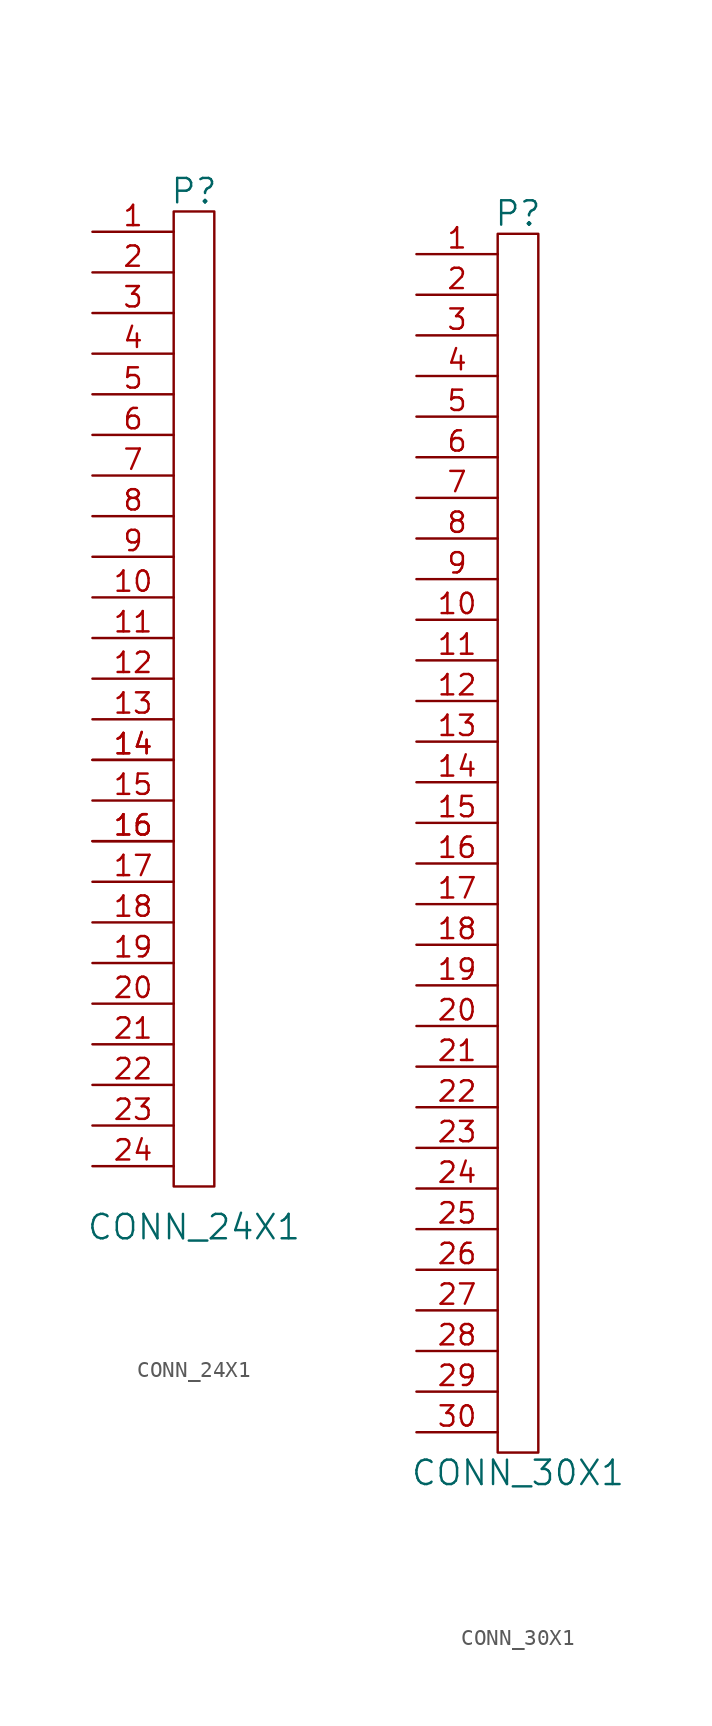
<source format=kicad_sym>
(kicad_symbol_lib
  (version 20201005)
  (generator kicad_symbol_editor)
  (symbol "CONN_24X1"
    (pin_names
      (offset 1.016))
    (property "Reference" "P"
      (at 0 31.75 0)
      (effects (font (size 1.524 1.524))))
    (property "Value" "CONN_24X1"
      (at 0 -33.02 0)
      (effects (font (size 1.524 1.524))))
    (symbol "CONN_24X1_0_1"
      (rectangle (start -1.27 -30.48) (end 1.27 30.48) (stroke (width 0)) (fill (type none))))
    (symbol "CONN_24X1_1_1"
      (pin unspecified line (at -6.35 29.21 0) (length 5.08) (name "~" (effects (font (size 1.27 1.27)))) (number "1" (effects (font (size 1.27 1.27)))))
      (pin unspecified line (at -6.35 6.35 0) (length 5.08) (name "~" (effects (font (size 1.27 1.27)))) (number "10" (effects (font (size 1.27 1.27)))))
      (pin unspecified line (at -6.35 3.81 0) (length 5.08) (name "~" (effects (font (size 1.27 1.27)))) (number "11" (effects (font (size 1.27 1.27)))))
      (pin unspecified line (at -6.35 1.27 0) (length 5.08) (name "~" (effects (font (size 1.27 1.27)))) (number "12" (effects (font (size 1.27 1.27)))))
      (pin unspecified line (at -6.35 -1.27 0) (length 5.08) (name "~" (effects (font (size 1.27 1.27)))) (number "13" (effects (font (size 1.27 1.27)))))
      (pin unspecified line (at -6.35 -3.81 0) (length 5.08) (name "~" (effects (font (size 1.27 1.27)))) (number "14" (effects (font (size 1.27 1.27)))))
      (pin unspecified line (at -6.35 -3.81 0) (length 5.08) (name "~" (effects (font (size 1.27 1.27)))) (number "14" (effects (font (size 1.27 1.27)))))
      (pin unspecified line (at -6.35 -6.35 0) (length 5.08) (name "~" (effects (font (size 1.27 1.27)))) (number "15" (effects (font (size 1.27 1.27)))))
      (pin unspecified line (at -6.35 -8.89 0) (length 5.08) (name "~" (effects (font (size 1.27 1.27)))) (number "16" (effects (font (size 1.27 1.27)))))
      (pin unspecified line (at -6.35 -8.89 0) (length 5.08) (name "~" (effects (font (size 1.27 1.27)))) (number "16" (effects (font (size 1.27 1.27)))))
      (pin unspecified line (at -6.35 -11.43 0) (length 5.08) (name "~" (effects (font (size 1.27 1.27)))) (number "17" (effects (font (size 1.27 1.27)))))
      (pin unspecified line (at -6.35 -13.97 0) (length 5.08) (name "~" (effects (font (size 1.27 1.27)))) (number "18" (effects (font (size 1.27 1.27)))))
      (pin unspecified line (at -6.35 -16.51 0) (length 5.08) (name "~" (effects (font (size 1.27 1.27)))) (number "19" (effects (font (size 1.27 1.27)))))
      (pin unspecified line (at -6.35 26.67 0) (length 5.08) (name "~" (effects (font (size 1.27 1.27)))) (number "2" (effects (font (size 1.27 1.27)))))
      (pin unspecified line (at -6.35 -19.05 0) (length 5.08) (name "~" (effects (font (size 1.27 1.27)))) (number "20" (effects (font (size 1.27 1.27)))))
      (pin unspecified line (at -6.35 -21.59 0) (length 5.08) (name "~" (effects (font (size 1.27 1.27)))) (number "21" (effects (font (size 1.27 1.27)))))
      (pin unspecified line (at -6.35 -24.13 0) (length 5.08) (name "~" (effects (font (size 1.27 1.27)))) (number "22" (effects (font (size 1.27 1.27)))))
      (pin unspecified line (at -6.35 -26.67 0) (length 5.08) (name "~" (effects (font (size 1.27 1.27)))) (number "23" (effects (font (size 1.27 1.27)))))
      (pin unspecified line (at -6.35 -29.21 0) (length 5.08) (name "~" (effects (font (size 1.27 1.27)))) (number "24" (effects (font (size 1.27 1.27)))))
      (pin unspecified line (at -6.35 24.13 0) (length 5.08) (name "~" (effects (font (size 1.27 1.27)))) (number "3" (effects (font (size 1.27 1.27)))))
      (pin unspecified line (at -6.35 21.59 0) (length 5.08) (name "~" (effects (font (size 1.27 1.27)))) (number "4" (effects (font (size 1.27 1.27)))))
      (pin unspecified line (at -6.35 19.05 0) (length 5.08) (name "~" (effects (font (size 1.27 1.27)))) (number "5" (effects (font (size 1.27 1.27)))))
      (pin unspecified line (at -6.35 16.51 0) (length 5.08) (name "~" (effects (font (size 1.27 1.27)))) (number "6" (effects (font (size 1.27 1.27)))))
      (pin unspecified line (at -6.35 13.97 0) (length 5.08) (name "~" (effects (font (size 1.27 1.27)))) (number "7" (effects (font (size 1.27 1.27)))))
      (pin unspecified line (at -6.35 11.43 0) (length 5.08) (name "~" (effects (font (size 1.27 1.27)))) (number "8" (effects (font (size 1.27 1.27)))))
      (pin unspecified line (at -6.35 8.89 0) (length 5.08) (name "~" (effects (font (size 1.27 1.27)))) (number "9" (effects (font (size 1.27 1.27)))))))
  (symbol "CONN_30X1"
    (pin_names
      (offset 1.016))
    (property "Reference" "P"
      (at 0 39.37 0)
      (effects (font (size 1.524 1.524))))
    (property "Value" "CONN_30X1"
      (at 0 -39.37 0)
      (effects (font (size 1.524 1.524))))
    (symbol "CONN_30X1_0_1"
      (rectangle (start -1.27 38.1) (end 1.27 -38.1) (stroke (width 0)) (fill (type none))))
    (symbol "CONN_30X1_1_1"
      (pin unspecified line (at -6.35 36.83 0) (length 5.08) (name "~" (effects (font (size 1.27 1.27)))) (number "1" (effects (font (size 1.27 1.27)))))
      (pin unspecified line (at -6.35 13.97 0) (length 5.08) (name "~" (effects (font (size 1.27 1.27)))) (number "10" (effects (font (size 1.27 1.27)))))
      (pin unspecified line (at -6.35 11.43 0) (length 5.08) (name "~" (effects (font (size 1.27 1.27)))) (number "11" (effects (font (size 1.27 1.27)))))
      (pin unspecified line (at -6.35 8.89 0) (length 5.08) (name "~" (effects (font (size 1.27 1.27)))) (number "12" (effects (font (size 1.27 1.27)))))
      (pin unspecified line (at -6.35 6.35 0) (length 5.08) (name "~" (effects (font (size 1.27 1.27)))) (number "13" (effects (font (size 1.27 1.27)))))
      (pin unspecified line (at -6.35 3.81 0) (length 5.08) (name "~" (effects (font (size 1.27 1.27)))) (number "14" (effects (font (size 1.27 1.27)))))
      (pin unspecified line (at -6.35 1.27 0) (length 5.08) (name "~" (effects (font (size 1.27 1.27)))) (number "15" (effects (font (size 1.27 1.27)))))
      (pin unspecified line (at -6.35 -1.27 0) (length 5.08) (name "~" (effects (font (size 1.27 1.27)))) (number "16" (effects (font (size 1.27 1.27)))))
      (pin unspecified line (at -6.35 -3.81 0) (length 5.08) (name "~" (effects (font (size 1.27 1.27)))) (number "17" (effects (font (size 1.27 1.27)))))
      (pin unspecified line (at -6.35 -6.35 0) (length 5.08) (name "~" (effects (font (size 1.27 1.27)))) (number "18" (effects (font (size 1.27 1.27)))))
      (pin unspecified line (at -6.35 -8.89 0) (length 5.08) (name "~" (effects (font (size 1.27 1.27)))) (number "19" (effects (font (size 1.27 1.27)))))
      (pin unspecified line (at -6.35 34.29 0) (length 5.08) (name "~" (effects (font (size 1.27 1.27)))) (number "2" (effects (font (size 1.27 1.27)))))
      (pin unspecified line (at -6.35 -11.43 0) (length 5.08) (name "~" (effects (font (size 1.27 1.27)))) (number "20" (effects (font (size 1.27 1.27)))))
      (pin unspecified line (at -6.35 -13.97 0) (length 5.08) (name "~" (effects (font (size 1.27 1.27)))) (number "21" (effects (font (size 1.27 1.27)))))
      (pin unspecified line (at -6.35 -16.51 0) (length 5.08) (name "~" (effects (font (size 1.27 1.27)))) (number "22" (effects (font (size 1.27 1.27)))))
      (pin unspecified line (at -6.35 -19.05 0) (length 5.08) (name "~" (effects (font (size 1.27 1.27)))) (number "23" (effects (font (size 1.27 1.27)))))
      (pin unspecified line (at -6.35 -21.59 0) (length 5.08) (name "~" (effects (font (size 1.27 1.27)))) (number "24" (effects (font (size 1.27 1.27)))))
      (pin unspecified line (at -6.35 -24.13 0) (length 5.08) (name "~" (effects (font (size 1.27 1.27)))) (number "25" (effects (font (size 1.27 1.27)))))
      (pin unspecified line (at -6.35 -26.67 0) (length 5.08) (name "~" (effects (font (size 1.27 1.27)))) (number "26" (effects (font (size 1.27 1.27)))))
      (pin unspecified line (at -6.35 -29.21 0) (length 5.08) (name "~" (effects (font (size 1.27 1.27)))) (number "27" (effects (font (size 1.27 1.27)))))
      (pin unspecified line (at -6.35 -31.75 0) (length 5.08) (name "~" (effects (font (size 1.27 1.27)))) (number "28" (effects (font (size 1.27 1.27)))))
      (pin unspecified line (at -6.35 -34.29 0) (length 5.08) (name "~" (effects (font (size 1.27 1.27)))) (number "29" (effects (font (size 1.27 1.27)))))
      (pin unspecified line (at -6.35 31.75 0) (length 5.08) (name "~" (effects (font (size 1.27 1.27)))) (number "3" (effects (font (size 1.27 1.27)))))
      (pin unspecified line (at -6.35 -36.83 0) (length 5.08) (name "~" (effects (font (size 1.27 1.27)))) (number "30" (effects (font (size 1.27 1.27)))))
      (pin unspecified line (at -6.35 29.21 0) (length 5.08) (name "~" (effects (font (size 1.27 1.27)))) (number "4" (effects (font (size 1.27 1.27)))))
      (pin unspecified line (at -6.35 26.67 0) (length 5.08) (name "~" (effects (font (size 1.27 1.27)))) (number "5" (effects (font (size 1.27 1.27)))))
      (pin unspecified line (at -6.35 24.13 0) (length 5.08) (name "~" (effects (font (size 1.27 1.27)))) (number "6" (effects (font (size 1.27 1.27)))))
      (pin unspecified line (at -6.35 21.59 0) (length 5.08) (name "~" (effects (font (size 1.27 1.27)))) (number "7" (effects (font (size 1.27 1.27)))))
      (pin unspecified line (at -6.35 19.05 0) (length 5.08) (name "~" (effects (font (size 1.27 1.27)))) (number "8" (effects (font (size 1.27 1.27)))))
      (pin unspecified line (at -6.35 16.51 0) (length 5.08) (name "~" (effects (font (size 1.27 1.27)))) (number "9" (effects (font (size 1.27 1.27))))))))
</source>
